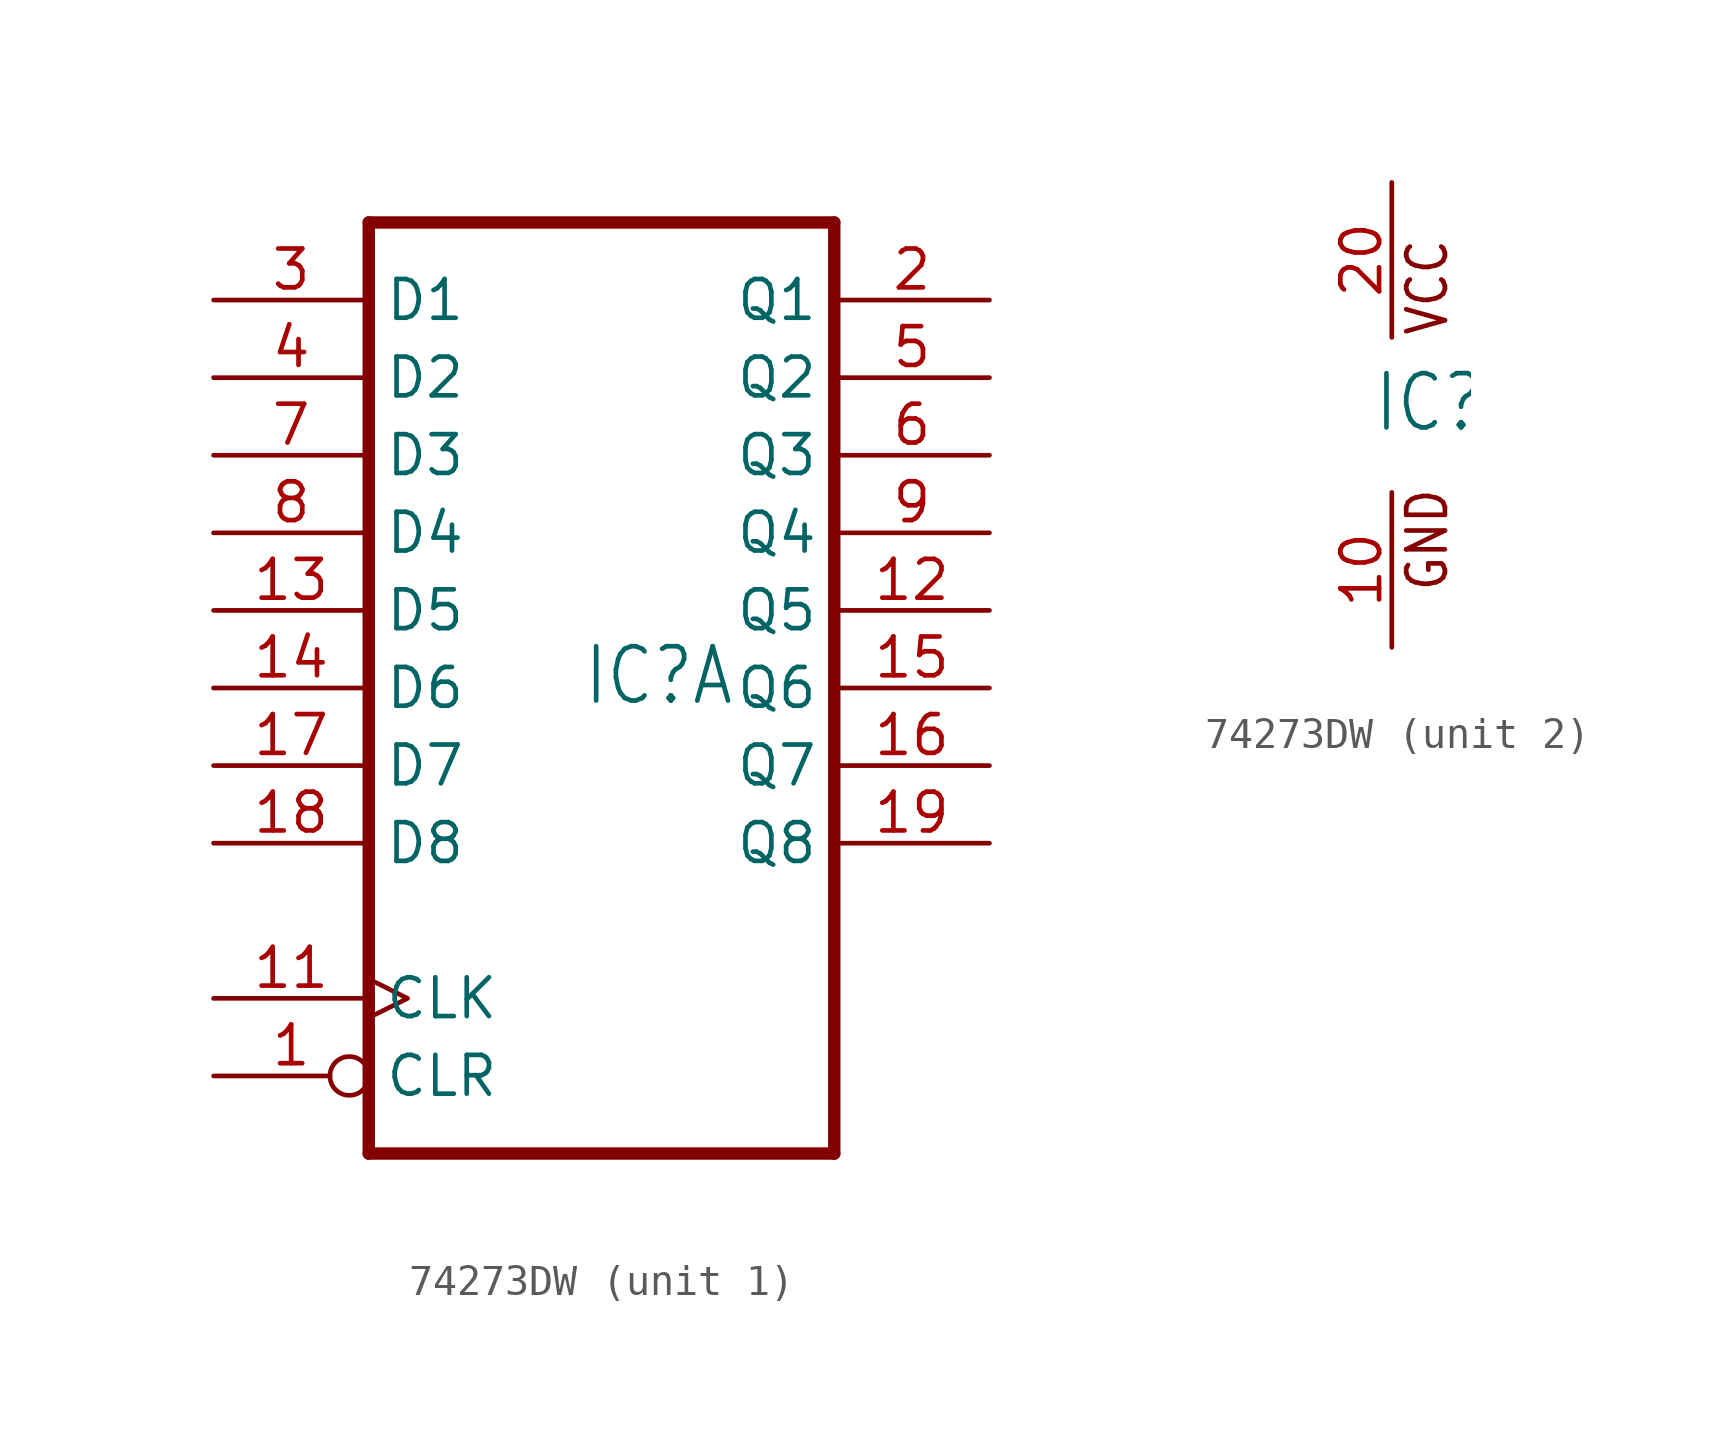
<source format=kicad_sym>
(kicad_symbol_lib
  (version 20211014)
  (generator kicad_symbol_editor)
  (symbol "74273DW"
    (property "Reference" "IC"
      (at -0.635 -0.635 0)
      (effects (font (size 1.778 1.511)) (justify left bottom)))
    (property "ki_locked" ""
      (at 0 0 0)
      (effects (font (size 1.27 1.27))))
    (symbol "74273DW_1_0"
      (polyline (pts (xy -7.62 -15.24) (xy 7.62 -15.24)) (stroke (width 0.406) (type default) (color 0 0 0 0)) (fill (type none)))
      (polyline (pts (xy -7.62 15.24) (xy -7.62 -15.24)) (stroke (width 0.406) (type default) (color 0 0 0 0)) (fill (type none)))
      (polyline (pts (xy 7.62 -15.24) (xy 7.62 15.24)) (stroke (width 0.406) (type default) (color 0 0 0 0)) (fill (type none)))
      (polyline (pts (xy 7.62 15.24) (xy -7.62 15.24)) (stroke (width 0.406) (type default) (color 0 0 0 0)) (fill (type none)))
      (pin input inverted (at -12.7 -12.7 0) (length 5.08) (name "CLR" (effects (font (size 1.27 1.27)))) (number "1" (effects (font (size 1.27 1.27)))))
      (pin input clock (at -12.7 -10.16 0) (length 5.08) (name "CLK" (effects (font (size 1.27 1.27)))) (number "11" (effects (font (size 1.27 1.27)))))
      (pin output line (at 12.7 2.54 180) (length 5.08) (name "Q5" (effects (font (size 1.27 1.27)))) (number "12" (effects (font (size 1.27 1.27)))))
      (pin input line (at -12.7 2.54 0) (length 5.08) (name "D5" (effects (font (size 1.27 1.27)))) (number "13" (effects (font (size 1.27 1.27)))))
      (pin input line (at -12.7 0 0) (length 5.08) (name "D6" (effects (font (size 1.27 1.27)))) (number "14" (effects (font (size 1.27 1.27)))))
      (pin output line (at 12.7 0 180) (length 5.08) (name "Q6" (effects (font (size 1.27 1.27)))) (number "15" (effects (font (size 1.27 1.27)))))
      (pin output line (at 12.7 -2.54 180) (length 5.08) (name "Q7" (effects (font (size 1.27 1.27)))) (number "16" (effects (font (size 1.27 1.27)))))
      (pin input line (at -12.7 -2.54 0) (length 5.08) (name "D7" (effects (font (size 1.27 1.27)))) (number "17" (effects (font (size 1.27 1.27)))))
      (pin input line (at -12.7 -5.08 0) (length 5.08) (name "D8" (effects (font (size 1.27 1.27)))) (number "18" (effects (font (size 1.27 1.27)))))
      (pin output line (at 12.7 -5.08 180) (length 5.08) (name "Q8" (effects (font (size 1.27 1.27)))) (number "19" (effects (font (size 1.27 1.27)))))
      (pin output line (at 12.7 12.7 180) (length 5.08) (name "Q1" (effects (font (size 1.27 1.27)))) (number "2" (effects (font (size 1.27 1.27)))))
      (pin input line (at -12.7 12.7 0) (length 5.08) (name "D1" (effects (font (size 1.27 1.27)))) (number "3" (effects (font (size 1.27 1.27)))))
      (pin input line (at -12.7 10.16 0) (length 5.08) (name "D2" (effects (font (size 1.27 1.27)))) (number "4" (effects (font (size 1.27 1.27)))))
      (pin output line (at 12.7 10.16 180) (length 5.08) (name "Q2" (effects (font (size 1.27 1.27)))) (number "5" (effects (font (size 1.27 1.27)))))
      (pin output line (at 12.7 7.62 180) (length 5.08) (name "Q3" (effects (font (size 1.27 1.27)))) (number "6" (effects (font (size 1.27 1.27)))))
      (pin input line (at -12.7 7.62 0) (length 5.08) (name "D3" (effects (font (size 1.27 1.27)))) (number "7" (effects (font (size 1.27 1.27)))))
      (pin input line (at -12.7 5.08 0) (length 5.08) (name "D4" (effects (font (size 1.27 1.27)))) (number "8" (effects (font (size 1.27 1.27)))))
      (pin output line (at 12.7 5.08 180) (length 5.08) (name "Q4" (effects (font (size 1.27 1.27)))) (number "9" (effects (font (size 1.27 1.27))))))
    (symbol "74273DW_2_0"
      (text "GND" (at 1.905 -5.842 900) (effects (font (size 1.27 1.079)) (justify left bottom)))
      (text "VCC" (at 1.905 2.54 900) (effects (font (size 1.27 1.079)) (justify left bottom)))
      (pin power_in line (at 0 -7.62 90) (length 5.08) (name "GND" (effects (font (size 0 0)))) (number "10" (effects (font (size 1.27 1.27)))))
      (pin power_in line (at 0 7.62 270) (length 5.08) (name "VCC" (effects (font (size 0 0)))) (number "20" (effects (font (size 1.27 1.27))))))))
</source>
